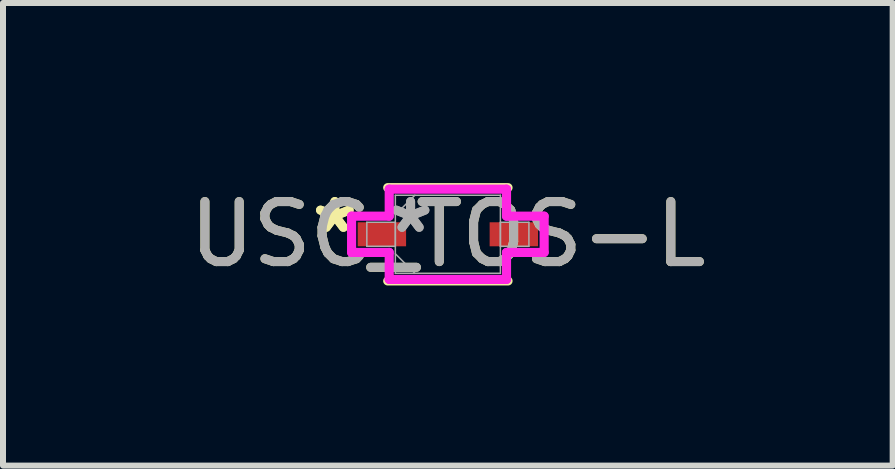
<source format=kicad_pcb>
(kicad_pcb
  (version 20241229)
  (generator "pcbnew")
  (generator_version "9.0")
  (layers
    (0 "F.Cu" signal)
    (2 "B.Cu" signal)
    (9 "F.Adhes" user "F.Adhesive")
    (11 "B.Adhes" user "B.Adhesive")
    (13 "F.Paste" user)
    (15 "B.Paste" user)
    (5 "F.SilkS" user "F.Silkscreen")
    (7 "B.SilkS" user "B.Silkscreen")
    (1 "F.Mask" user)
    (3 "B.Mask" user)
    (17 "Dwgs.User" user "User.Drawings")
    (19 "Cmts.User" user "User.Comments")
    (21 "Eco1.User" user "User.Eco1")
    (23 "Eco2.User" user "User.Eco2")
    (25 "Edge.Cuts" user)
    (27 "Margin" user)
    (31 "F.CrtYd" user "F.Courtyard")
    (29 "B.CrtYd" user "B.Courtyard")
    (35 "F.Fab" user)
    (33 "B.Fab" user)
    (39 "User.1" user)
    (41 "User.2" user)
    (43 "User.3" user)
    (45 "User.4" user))
  (footprint "USC_TOS-L"
    (layer "F.Cu")
    (at 4.411 0.853)
    (property "Reference" "USC_TOS-L" (at 0 0 0) (unlocked yes) (layer "F.SilkS") (effects (font (size 1 1) (thickness 0.15))))
    (attr smd)
    (fp_line (start -1.002 0.777) (end 1.002 0.777) (stroke (width 0.152) (type solid)) (layer "F.SilkS"))
    (fp_line (start 1.002 -0.777) (end -1.002 -0.777) (stroke (width 0.152) (type solid)) (layer "F.SilkS"))
    (fp_line (start -1.604 -0.302) (end -0.977 -0.302) (stroke (width 0.152) (type solid)) (layer "F.CrtYd"))
    (fp_line (start -1.604 0.302) (end -1.604 -0.302) (stroke (width 0.152) (type solid)) (layer "F.CrtYd"))
    (fp_line (start -0.977 -0.752) (end 0.977 -0.752) (stroke (width 0.152) (type solid)) (layer "F.CrtYd"))
    (fp_line (start -0.977 -0.302) (end -0.977 -0.752) (stroke (width 0.152) (type solid)) (layer "F.CrtYd"))
    (fp_line (start -0.977 0.302) (end -1.604 0.302) (stroke (width 0.152) (type solid)) (layer "F.CrtYd"))
    (fp_line (start -0.977 0.752) (end -0.977 0.302) (stroke (width 0.152) (type solid)) (layer "F.CrtYd"))
    (fp_line (start 0.977 -0.752) (end 0.977 -0.302) (stroke (width 0.152) (type solid)) (layer "F.CrtYd"))
    (fp_line (start 0.977 -0.302) (end 1.604 -0.302) (stroke (width 0.152) (type solid)) (layer "F.CrtYd"))
    (fp_line (start 0.977 0.302) (end 0.977 0.752) (stroke (width 0.152) (type solid)) (layer "F.CrtYd"))
    (fp_line (start 0.977 0.752) (end -0.977 0.752) (stroke (width 0.152) (type solid)) (layer "F.CrtYd"))
    (fp_line (start 1.604 -0.302) (end 1.604 0.302) (stroke (width 0.152) (type solid)) (layer "F.CrtYd"))
    (fp_line (start 1.604 0.302) (end 0.977 0.302) (stroke (width 0.152) (type solid)) (layer "F.CrtYd"))
    (fp_line (start -1.35 -0.2) (end -1.35 0.2) (stroke (width 0.025) (type solid)) (layer "F.Fab"))
    (fp_line (start -1.35 0.2) (end -0.875 0.2) (stroke (width 0.025) (type solid)) (layer "F.Fab"))
    (fp_line (start -0.875 -0.65) (end -0.875 0.65) (stroke (width 0.025) (type solid)) (layer "F.Fab"))
    (fp_line (start -0.875 -0.325) (end -0.55 -0.65) (stroke (width 0.025) (type solid)) (layer "F.Fab"))
    (fp_line (start -0.875 -0.2) (end -1.35 -0.2) (stroke (width 0.025) (type solid)) (layer "F.Fab"))
    (fp_line (start -0.875 0.2) (end -0.875 -0.2) (stroke (width 0.025) (type solid)) (layer "F.Fab"))
    (fp_line (start -0.875 0.325) (end -0.55 0.65) (stroke (width 0.025) (type solid)) (layer "F.Fab"))
    (fp_line (start -0.875 0.65) (end 0.875 0.65) (stroke (width 0.025) (type solid)) (layer "F.Fab"))
    (fp_line (start 0.875 -0.65) (end -0.875 -0.65) (stroke (width 0.025) (type solid)) (layer "F.Fab"))
    (fp_line (start 0.875 -0.2) (end 0.875 0.2) (stroke (width 0.025) (type solid)) (layer "F.Fab"))
    (fp_line (start 0.875 0.2) (end 1.35 0.2) (stroke (width 0.025) (type solid)) (layer "F.Fab"))
    (fp_line (start 0.875 0.65) (end 0.875 -0.65) (stroke (width 0.025) (type solid)) (layer "F.Fab"))
    (fp_line (start 1.35 -0.2) (end 0.875 -0.2) (stroke (width 0.025) (type solid)) (layer "F.Fab"))
    (fp_line (start 1.35 0.2) (end 1.35 -0.2) (stroke (width 0.025) (type solid)) (layer "F.Fab"))
    (fp_text user "*" (at -1.883 0 0) (layer "F.SilkS") (effects (font (size 1 1) (thickness 0.15))))
    (fp_text user "*" (at -1.883 0 0) (unlocked yes) (layer "F.SilkS") (effects (font (size 1 1) (thickness 0.15))))
    (fp_text user "*" (at -0.621 0 0) (layer "F.Fab") (effects (font (size 1 1) (thickness 0.15))))
    (fp_text user "*" (at -0.621 0 0) (unlocked yes) (layer "F.Fab") (effects (font (size 1 1) (thickness 0.15))))
    (fp_text user "${REFERENCE}" (at 0 0 0) (unlocked yes) (layer "F.Fab") (effects (font (size 1 1) (thickness 0.15))))
    (pad "1" smd rect (at -1.099 0) (size 0.806 0.4) (layers "F.Cu" "F.Mask" "F.Paste"))
    (pad "2" smd rect (at 1.099 0) (size 0.806 0.4) (layers "F.Cu" "F.Mask" "F.Paste")))
  (gr_rect
    (start -3 -3)
    (end 11.821 4.706)
    (stroke (width 0.1) (type default))
    (fill no)
    (layer "Edge.Cuts")))
</source>
